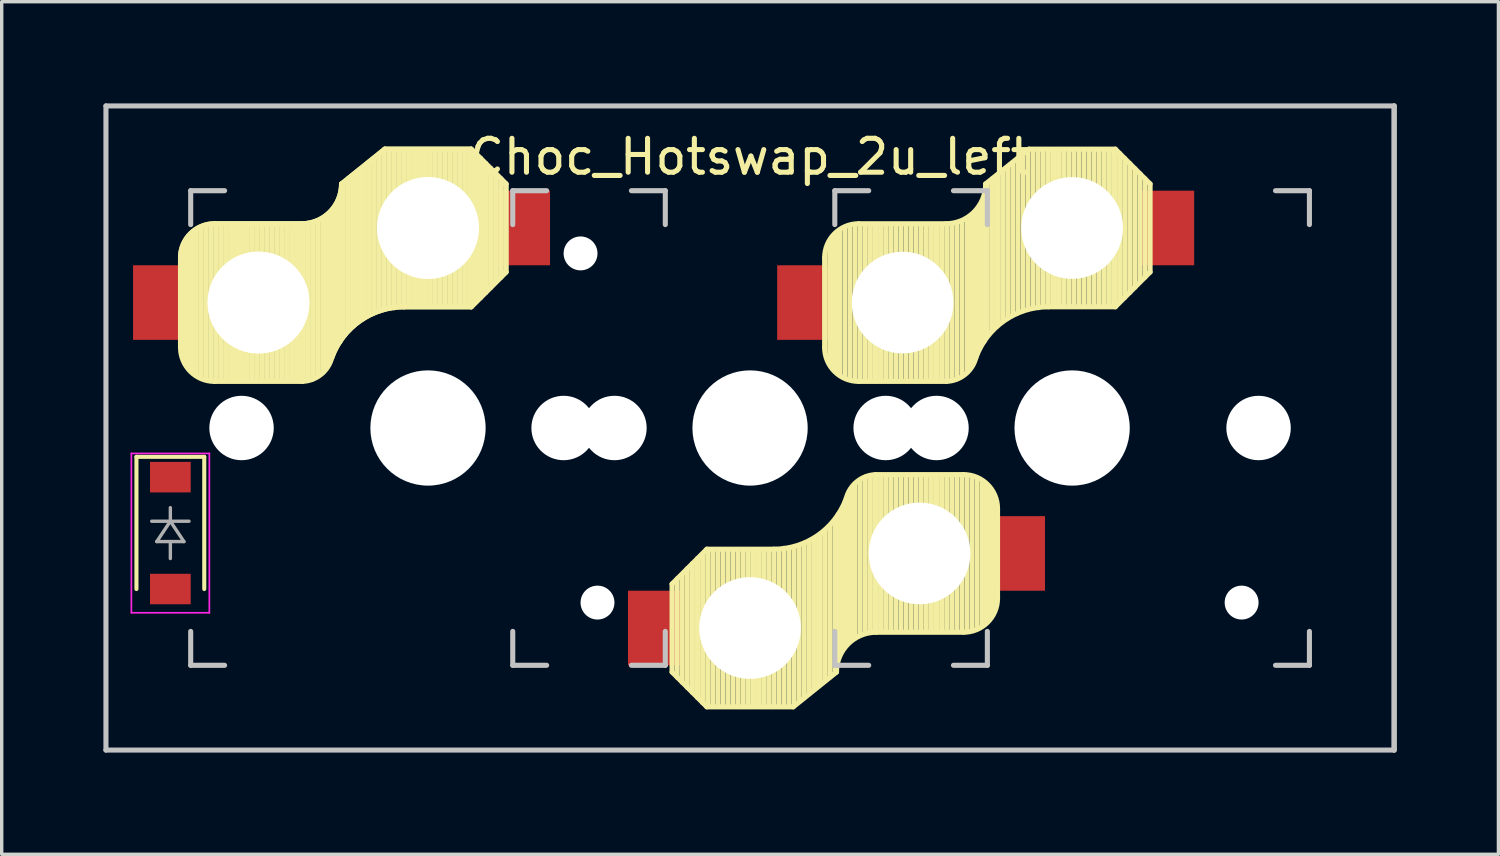
<source format=kicad_pcb>
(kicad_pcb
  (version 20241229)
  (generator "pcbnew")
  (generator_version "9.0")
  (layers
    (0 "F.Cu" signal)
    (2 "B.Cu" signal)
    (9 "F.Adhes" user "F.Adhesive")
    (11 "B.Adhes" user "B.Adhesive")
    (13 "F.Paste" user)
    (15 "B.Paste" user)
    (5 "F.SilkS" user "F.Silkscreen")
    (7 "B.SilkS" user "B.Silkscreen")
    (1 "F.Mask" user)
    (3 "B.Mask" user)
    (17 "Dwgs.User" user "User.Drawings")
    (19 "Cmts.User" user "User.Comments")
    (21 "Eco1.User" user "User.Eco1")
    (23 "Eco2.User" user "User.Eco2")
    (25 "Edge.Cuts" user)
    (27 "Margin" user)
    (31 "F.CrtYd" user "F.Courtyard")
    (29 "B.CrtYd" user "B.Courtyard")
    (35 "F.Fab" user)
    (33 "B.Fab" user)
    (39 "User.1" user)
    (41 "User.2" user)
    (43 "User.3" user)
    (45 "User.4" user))
  (footprint "Choc_Hotswap_2u_left"
    (layer "F.Cu")
    (at 19.075 9.575)
    (property "Reference" "Choc_Hotswap_2u_left" (at 0 -8 180) (layer "F.SilkS") (effects (font (size 1 1) (thickness 0.15))))
    (attr through_hole)
    (fp_line (start -18.1 0.85) (end -18.1 4.75) (stroke (width 0.12) (type solid)) (layer "F.SilkS"))
    (fp_line (start -16.8 -5.025) (end -16.8 -2.375) (stroke (width 0.15) (type solid)) (layer "F.SilkS"))
    (fp_line (start -16.8 -5.025) (end -16.8 -2.375) (stroke (width 0.15) (type solid)) (layer "F.SilkS"))
    (fp_line (start -16.65 -1.95) (end -16.65 -5.5) (stroke (width 0.15) (type solid)) (layer "F.SilkS"))
    (fp_line (start -16.65 -1.95) (end -16.65 -5.5) (stroke (width 0.15) (type solid)) (layer "F.SilkS"))
    (fp_line (start -16.55 -1.8) (end -16.55 -5.55) (stroke (width 0.15) (type solid)) (layer "F.SilkS"))
    (fp_line (start -16.55 -1.8) (end -16.55 -5.55) (stroke (width 0.15) (type solid)) (layer "F.SilkS"))
    (fp_line (start -16.45 -1.7) (end -16.45 -5.65) (stroke (width 0.15) (type solid)) (layer "F.SilkS"))
    (fp_line (start -16.45 -1.7) (end -16.45 -5.65) (stroke (width 0.15) (type solid)) (layer "F.SilkS"))
    (fp_line (start -16.35 -1.6) (end -16.35 -5.8) (stroke (width 0.15) (type solid)) (layer "F.SilkS"))
    (fp_line (start -16.35 -1.6) (end -16.35 -5.8) (stroke (width 0.15) (type solid)) (layer "F.SilkS"))
    (fp_line (start -16.2 -1.5) (end -16.2 -5.9) (stroke (width 0.15) (type solid)) (layer "F.SilkS"))
    (fp_line (start -16.2 -1.5) (end -16.2 -5.9) (stroke (width 0.15) (type solid)) (layer "F.SilkS"))
    (fp_line (start -16.1 0.85) (end -18.1 0.85) (stroke (width 0.12) (type solid)) (layer "F.SilkS"))
    (fp_line (start -16.1 0.85) (end -16.1 4.75) (stroke (width 0.12) (type solid)) (layer "F.SilkS"))
    (fp_line (start -16.05 -1.45) (end -16.05 -5.95) (stroke (width 0.15) (type solid)) (layer "F.SilkS"))
    (fp_line (start -16.05 -1.45) (end -16.05 -5.95) (stroke (width 0.15) (type solid)) (layer "F.SilkS"))
    (fp_line (start -15.9 -1.4) (end -15.9 -5.95) (stroke (width 0.15) (type solid)) (layer "F.SilkS"))
    (fp_line (start -15.9 -1.4) (end -15.9 -5.95) (stroke (width 0.15) (type solid)) (layer "F.SilkS"))
    (fp_line (start -15.8 -6.025) (end -13.225 -6.025) (stroke (width 0.15) (type solid)) (layer "F.SilkS"))
    (fp_line (start -15.8 -6.025) (end -13.225 -6.025) (stroke (width 0.15) (type solid)) (layer "F.SilkS"))
    (fp_line (start -15.8 -1.375) (end -13.2 -1.375) (stroke (width 0.15) (type solid)) (layer "F.SilkS"))
    (fp_line (start -15.75 -1.4) (end -15.75 -6) (stroke (width 0.15) (type solid)) (layer "F.SilkS"))
    (fp_line (start -15.75 -1.4) (end -15.75 -6) (stroke (width 0.15) (type solid)) (layer "F.SilkS"))
    (fp_line (start -15.6 -1.4) (end -15.6 -6) (stroke (width 0.15) (type solid)) (layer "F.SilkS"))
    (fp_line (start -15.6 -1.4) (end -15.6 -6) (stroke (width 0.15) (type solid)) (layer "F.SilkS"))
    (fp_line (start -15.45 -1.4) (end -15.45 -6) (stroke (width 0.15) (type solid)) (layer "F.SilkS"))
    (fp_line (start -15.45 -1.4) (end -15.45 -6) (stroke (width 0.15) (type solid)) (layer "F.SilkS"))
    (fp_line (start -15.3 -1.4) (end -15.3 -6) (stroke (width 0.15) (type solid)) (layer "F.SilkS"))
    (fp_line (start -15.3 -1.4) (end -15.3 -6) (stroke (width 0.15) (type solid)) (layer "F.SilkS"))
    (fp_line (start -15.15 -1.4) (end -15.15 -6) (stroke (width 0.15) (type solid)) (layer "F.SilkS"))
    (fp_line (start -15.15 -1.4) (end -15.15 -6) (stroke (width 0.15) (type solid)) (layer "F.SilkS"))
    (fp_line (start -15 -1.4) (end -15 -6) (stroke (width 0.15) (type solid)) (layer "F.SilkS"))
    (fp_line (start -15 -1.4) (end -15 -6) (stroke (width 0.15) (type solid)) (layer "F.SilkS"))
    (fp_line (start -14.85 -1.4) (end -14.85 -6) (stroke (width 0.15) (type solid)) (layer "F.SilkS"))
    (fp_line (start -14.85 -1.4) (end -14.85 -6) (stroke (width 0.15) (type solid)) (layer "F.SilkS"))
    (fp_line (start -14.7 -1.4) (end -14.7 -6) (stroke (width 0.15) (type solid)) (layer "F.SilkS"))
    (fp_line (start -14.7 -1.4) (end -14.7 -6) (stroke (width 0.15) (type solid)) (layer "F.SilkS"))
    (fp_line (start -14.55 -1.4) (end -14.55 -6) (stroke (width 0.15) (type solid)) (layer "F.SilkS"))
    (fp_line (start -14.55 -1.4) (end -14.55 -6) (stroke (width 0.15) (type solid)) (layer "F.SilkS"))
    (fp_line (start -14.4 -1.4) (end -14.4 -6) (stroke (width 0.15) (type solid)) (layer "F.SilkS"))
    (fp_line (start -14.4 -1.4) (end -14.4 -6) (stroke (width 0.15) (type solid)) (layer "F.SilkS"))
    (fp_line (start -14.25 -1.4) (end -14.25 -6) (stroke (width 0.15) (type solid)) (layer "F.SilkS"))
    (fp_line (start -14.25 -1.4) (end -14.25 -6) (stroke (width 0.15) (type solid)) (layer "F.SilkS"))
    (fp_line (start -14.1 -1.4) (end -14.1 -6) (stroke (width 0.15) (type solid)) (layer "F.SilkS"))
    (fp_line (start -14.1 -1.4) (end -14.1 -6) (stroke (width 0.15) (type solid)) (layer "F.SilkS"))
    (fp_line (start -13.95 -1.4) (end -13.95 -6) (stroke (width 0.15) (type solid)) (layer "F.SilkS"))
    (fp_line (start -13.95 -1.4) (end -13.95 -6) (stroke (width 0.15) (type solid)) (layer "F.SilkS"))
    (fp_line (start -13.8 -1.4) (end -13.8 -6) (stroke (width 0.15) (type solid)) (layer "F.SilkS"))
    (fp_line (start -13.8 -1.4) (end -13.8 -6) (stroke (width 0.15) (type solid)) (layer "F.SilkS"))
    (fp_line (start -13.65 -1.4) (end -13.65 -6) (stroke (width 0.15) (type solid)) (layer "F.SilkS"))
    (fp_line (start -13.65 -1.4) (end -13.65 -6) (stroke (width 0.15) (type solid)) (layer "F.SilkS"))
    (fp_line (start -13.5 -1.4) (end -13.5 -6) (stroke (width 0.15) (type solid)) (layer "F.SilkS"))
    (fp_line (start -13.5 -1.4) (end -13.5 -6) (stroke (width 0.15) (type solid)) (layer "F.SilkS"))
    (fp_line (start -13.35 -1.4) (end -13.35 -5.95) (stroke (width 0.15) (type solid)) (layer "F.SilkS"))
    (fp_line (start -13.35 -1.4) (end -13.35 -5.95) (stroke (width 0.15) (type solid)) (layer "F.SilkS"))
    (fp_line (start -13.2 -1.4) (end -13.2 -6) (stroke (width 0.15) (type solid)) (layer "F.SilkS"))
    (fp_line (start -13.2 -1.4) (end -13.2 -6) (stroke (width 0.15) (type solid)) (layer "F.SilkS"))
    (fp_line (start -13.05 -1.4) (end -13.05 -6) (stroke (width 0.15) (type solid)) (layer "F.SilkS"))
    (fp_line (start -13.05 -1.4) (end -13.05 -6) (stroke (width 0.15) (type solid)) (layer "F.SilkS"))
    (fp_line (start -12.9 -1.45) (end -12.9 -6) (stroke (width 0.15) (type solid)) (layer "F.SilkS"))
    (fp_line (start -12.9 -1.45) (end -12.9 -6) (stroke (width 0.15) (type solid)) (layer "F.SilkS"))
    (fp_line (start -12.75 -1.55) (end -12.75 -6.1) (stroke (width 0.15) (type solid)) (layer "F.SilkS"))
    (fp_line (start -12.75 -1.55) (end -12.75 -6.1) (stroke (width 0.15) (type solid)) (layer "F.SilkS"))
    (fp_line (start -12.6 -1.65) (end -12.6 -6.15) (stroke (width 0.15) (type solid)) (layer "F.SilkS"))
    (fp_line (start -12.6 -1.65) (end -12.6 -6.15) (stroke (width 0.15) (type solid)) (layer "F.SilkS"))
    (fp_line (start -12.5 -1.8) (end -12.5 -6.2) (stroke (width 0.15) (type solid)) (layer "F.SilkS"))
    (fp_line (start -12.5 -1.8) (end -12.5 -6.2) (stroke (width 0.15) (type solid)) (layer "F.SilkS"))
    (fp_line (start -12.4 -2.05) (end -12.4 -6.25) (stroke (width 0.15) (type solid)) (layer "F.SilkS"))
    (fp_line (start -12.4 -2.05) (end -12.4 -6.25) (stroke (width 0.15) (type solid)) (layer "F.SilkS"))
    (fp_line (start -12.3 -2.2) (end -12.3 -6.35) (stroke (width 0.15) (type solid)) (layer "F.SilkS"))
    (fp_line (start -12.3 -2.2) (end -12.3 -6.35) (stroke (width 0.15) (type solid)) (layer "F.SilkS"))
    (fp_line (start -12.2 -2.4) (end -12.2 -6.55) (stroke (width 0.15) (type solid)) (layer "F.SilkS"))
    (fp_line (start -12.2 -2.4) (end -12.2 -6.55) (stroke (width 0.15) (type solid)) (layer "F.SilkS"))
    (fp_line (start -12.1 -2.55) (end -12.1 -6.7) (stroke (width 0.15) (type solid)) (layer "F.SilkS"))
    (fp_line (start -12.1 -2.55) (end -12.1 -6.7) (stroke (width 0.15) (type solid)) (layer "F.SilkS"))
    (fp_line (start -12 -2.75) (end -12 -7.2) (stroke (width 0.15) (type solid)) (layer "F.SilkS"))
    (fp_line (start -12 -2.75) (end -12 -7.2) (stroke (width 0.15) (type solid)) (layer "F.SilkS"))
    (fp_line (start -11.85 -2.9) (end -11.85 -7.35) (stroke (width 0.15) (type solid)) (layer "F.SilkS"))
    (fp_line (start -11.85 -2.9) (end -11.85 -7.35) (stroke (width 0.15) (type solid)) (layer "F.SilkS"))
    (fp_line (start -11.7 -3.05) (end -11.7 -7.45) (stroke (width 0.15) (type solid)) (layer "F.SilkS"))
    (fp_line (start -11.7 -3.05) (end -11.7 -7.45) (stroke (width 0.15) (type solid)) (layer "F.SilkS"))
    (fp_line (start -11.55 -3.15) (end -11.55 -7.55) (stroke (width 0.15) (type solid)) (layer "F.SilkS"))
    (fp_line (start -11.55 -3.15) (end -11.55 -7.55) (stroke (width 0.15) (type solid)) (layer "F.SilkS"))
    (fp_line (start -11.4 -3.25) (end -11.4 -7.7) (stroke (width 0.15) (type solid)) (layer "F.SilkS"))
    (fp_line (start -11.4 -3.25) (end -11.4 -7.7) (stroke (width 0.15) (type solid)) (layer "F.SilkS"))
    (fp_line (start -11.25 -3.35) (end -11.25 -7.8) (stroke (width 0.15) (type solid)) (layer "F.SilkS"))
    (fp_line (start -11.25 -3.35) (end -11.25 -7.8) (stroke (width 0.15) (type solid)) (layer "F.SilkS"))
    (fp_line (start -11.1 -3.4) (end -11.1 -7.95) (stroke (width 0.15) (type solid)) (layer "F.SilkS"))
    (fp_line (start -11.1 -3.4) (end -11.1 -7.95) (stroke (width 0.15) (type solid)) (layer "F.SilkS"))
    (fp_line (start -10.95 -3.5) (end -10.95 -8.05) (stroke (width 0.15) (type solid)) (layer "F.SilkS"))
    (fp_line (start -10.95 -3.5) (end -10.95 -8.05) (stroke (width 0.15) (type solid)) (layer "F.SilkS"))
    (fp_line (start -10.8 -3.55) (end -10.8 -8.15) (stroke (width 0.15) (type solid)) (layer "F.SilkS"))
    (fp_line (start -10.8 -3.55) (end -10.8 -8.15) (stroke (width 0.15) (type solid)) (layer "F.SilkS"))
    (fp_line (start -10.775 -8.225) (end -12.05 -7.2) (stroke (width 0.15) (type solid)) (layer "F.SilkS"))
    (fp_line (start -10.775 -8.225) (end -12.05 -7.2) (stroke (width 0.15) (type solid)) (layer "F.SilkS"))
    (fp_line (start -10.775 -8.225) (end -8.225 -8.225) (stroke (width 0.15) (type solid)) (layer "F.SilkS"))
    (fp_line (start -10.775 -8.225) (end -8.225 -8.225) (stroke (width 0.15) (type solid)) (layer "F.SilkS"))
    (fp_line (start -10.65 -3.55) (end -10.65 -8.2) (stroke (width 0.15) (type solid)) (layer "F.SilkS"))
    (fp_line (start -10.65 -3.55) (end -10.65 -8.2) (stroke (width 0.15) (type solid)) (layer "F.SilkS"))
    (fp_line (start -10.5 -3.55) (end -10.5 -8.2) (stroke (width 0.15) (type solid)) (layer "F.SilkS"))
    (fp_line (start -10.5 -3.55) (end -10.5 -8.2) (stroke (width 0.15) (type solid)) (layer "F.SilkS"))
    (fp_line (start -10.35 -3.6) (end -10.35 -8.15) (stroke (width 0.15) (type solid)) (layer "F.SilkS"))
    (fp_line (start -10.35 -3.6) (end -10.35 -8.15) (stroke (width 0.15) (type solid)) (layer "F.SilkS"))
    (fp_line (start -10.2 -3.6) (end -10.2 -8.2) (stroke (width 0.15) (type solid)) (layer "F.SilkS"))
    (fp_line (start -10.2 -3.6) (end -10.2 -8.2) (stroke (width 0.15) (type solid)) (layer "F.SilkS"))
    (fp_line (start -10.2 -3.575) (end -8.225 -3.575) (stroke (width 0.15) (type solid)) (layer "F.SilkS"))
    (fp_line (start -10.2 -3.575) (end -8.225 -3.575) (stroke (width 0.15) (type solid)) (layer "F.SilkS"))
    (fp_line (start -10.05 -3.6) (end -10.05 -8.2) (stroke (width 0.15) (type solid)) (layer "F.SilkS"))
    (fp_line (start -10.05 -3.6) (end -10.05 -8.2) (stroke (width 0.15) (type solid)) (layer "F.SilkS"))
    (fp_line (start -9.9 -3.6) (end -9.9 -8.2) (stroke (width 0.15) (type solid)) (layer "F.SilkS"))
    (fp_line (start -9.9 -3.6) (end -9.9 -8.2) (stroke (width 0.15) (type solid)) (layer "F.SilkS"))
    (fp_line (start -9.75 -3.6) (end -9.75 -8.2) (stroke (width 0.15) (type solid)) (layer "F.SilkS"))
    (fp_line (start -9.75 -3.6) (end -9.75 -8.2) (stroke (width 0.15) (type solid)) (layer "F.SilkS"))
    (fp_line (start -9.6 -3.6) (end -9.6 -8.2) (stroke (width 0.15) (type solid)) (layer "F.SilkS"))
    (fp_line (start -9.6 -3.6) (end -9.6 -8.2) (stroke (width 0.15) (type solid)) (layer "F.SilkS"))
    (fp_line (start -9.45 -3.6) (end -9.45 -8.2) (stroke (width 0.15) (type solid)) (layer "F.SilkS"))
    (fp_line (start -9.45 -3.6) (end -9.45 -8.2) (stroke (width 0.15) (type solid)) (layer "F.SilkS"))
    (fp_line (start -9.3 -3.6) (end -9.3 -8.2) (stroke (width 0.15) (type solid)) (layer "F.SilkS"))
    (fp_line (start -9.3 -3.6) (end -9.3 -8.2) (stroke (width 0.15) (type solid)) (layer "F.SilkS"))
    (fp_line (start -9.15 -3.6) (end -9.15 -8.2) (stroke (width 0.15) (type solid)) (layer "F.SilkS"))
    (fp_line (start -9.15 -3.6) (end -9.15 -8.2) (stroke (width 0.15) (type solid)) (layer "F.SilkS"))
    (fp_line (start -9 -3.6) (end -9 -8.2) (stroke (width 0.15) (type solid)) (layer "F.SilkS"))
    (fp_line (start -9 -3.6) (end -9 -8.2) (stroke (width 0.15) (type solid)) (layer "F.SilkS"))
    (fp_line (start -8.85 -3.6) (end -8.85 -8.2) (stroke (width 0.15) (type solid)) (layer "F.SilkS"))
    (fp_line (start -8.85 -3.6) (end -8.85 -8.2) (stroke (width 0.15) (type solid)) (layer "F.SilkS"))
    (fp_line (start -8.7 -3.6) (end -8.7 -8.2) (stroke (width 0.15) (type solid)) (layer "F.SilkS"))
    (fp_line (start -8.7 -3.6) (end -8.7 -8.2) (stroke (width 0.15) (type solid)) (layer "F.SilkS"))
    (fp_line (start -8.55 -3.6) (end -8.55 -8.2) (stroke (width 0.15) (type solid)) (layer "F.SilkS"))
    (fp_line (start -8.55 -3.6) (end -8.55 -8.2) (stroke (width 0.15) (type solid)) (layer "F.SilkS"))
    (fp_line (start -8.4 -3.6) (end -8.4 -8.2) (stroke (width 0.15) (type solid)) (layer "F.SilkS"))
    (fp_line (start -8.4 -3.6) (end -8.4 -8.2) (stroke (width 0.15) (type solid)) (layer "F.SilkS"))
    (fp_line (start -8.25 -3.6) (end -8.25 -8.2) (stroke (width 0.15) (type solid)) (layer "F.SilkS"))
    (fp_line (start -8.25 -3.6) (end -8.25 -8.2) (stroke (width 0.15) (type solid)) (layer "F.SilkS"))
    (fp_line (start -8.1 -3.75) (end -8.1 -8.1) (stroke (width 0.15) (type solid)) (layer "F.SilkS"))
    (fp_line (start -8.1 -3.75) (end -8.1 -8.1) (stroke (width 0.15) (type solid)) (layer "F.SilkS"))
    (fp_line (start -7.95 -3.85) (end -7.95 -7.95) (stroke (width 0.15) (type solid)) (layer "F.SilkS"))
    (fp_line (start -7.95 -3.85) (end -7.95 -7.95) (stroke (width 0.15) (type solid)) (layer "F.SilkS"))
    (fp_line (start -7.8 -4) (end -7.8 -7.8) (stroke (width 0.15) (type solid)) (layer "F.SilkS"))
    (fp_line (start -7.8 -4) (end -7.8 -7.8) (stroke (width 0.15) (type solid)) (layer "F.SilkS"))
    (fp_line (start -7.65 -4.15) (end -7.65 -7.65) (stroke (width 0.15) (type solid)) (layer "F.SilkS"))
    (fp_line (start -7.65 -4.15) (end -7.65 -7.65) (stroke (width 0.15) (type solid)) (layer "F.SilkS"))
    (fp_line (start -7.5 -4.35) (end -7.5 -7.5) (stroke (width 0.15) (type solid)) (layer "F.SilkS"))
    (fp_line (start -7.5 -4.35) (end -7.5 -7.5) (stroke (width 0.15) (type solid)) (layer "F.SilkS"))
    (fp_line (start -7.35 -4.45) (end -7.35 -7.35) (stroke (width 0.15) (type solid)) (layer "F.SilkS"))
    (fp_line (start -7.35 -4.45) (end -7.35 -7.35) (stroke (width 0.15) (type solid)) (layer "F.SilkS"))
    (fp_line (start -7.2 -7.2) (end -8.225 -8.225) (stroke (width 0.15) (type solid)) (layer "F.SilkS"))
    (fp_line (start -7.2 -7.2) (end -8.225 -8.225) (stroke (width 0.15) (type solid)) (layer "F.SilkS"))
    (fp_line (start -7.2 -7.2) (end -7.2 -4.6) (stroke (width 0.15) (type solid)) (layer "F.SilkS"))
    (fp_line (start -7.2 -7.2) (end -7.2 -4.6) (stroke (width 0.15) (type solid)) (layer "F.SilkS"))
    (fp_line (start -7.2 -4.6) (end -8.225 -3.575) (stroke (width 0.15) (type solid)) (layer "F.SilkS"))
    (fp_line (start -7.2 -4.6) (end -8.225 -3.575) (stroke (width 0.15) (type solid)) (layer "F.SilkS"))
    (fp_line (start -2.3 4.6) (end -1.275 3.575) (stroke (width 0.15) (type solid)) (layer "F.SilkS"))
    (fp_line (start -2.3 7.2) (end -2.3 4.6) (stroke (width 0.15) (type solid)) (layer "F.SilkS"))
    (fp_line (start -2.3 7.2) (end -1.275 8.225) (stroke (width 0.15) (type solid)) (layer "F.SilkS"))
    (fp_line (start -2.15 4.45) (end -2.15 7.35) (stroke (width 0.15) (type solid)) (layer "F.SilkS"))
    (fp_line (start -2 4.35) (end -2 7.5) (stroke (width 0.15) (type solid)) (layer "F.SilkS"))
    (fp_line (start -1.85 4.15) (end -1.85 7.65) (stroke (width 0.15) (type solid)) (layer "F.SilkS"))
    (fp_line (start -1.7 4) (end -1.7 7.8) (stroke (width 0.15) (type solid)) (layer "F.SilkS"))
    (fp_line (start -1.55 3.85) (end -1.55 7.95) (stroke (width 0.15) (type solid)) (layer "F.SilkS"))
    (fp_line (start -1.4 3.75) (end -1.4 8.1) (stroke (width 0.15) (type solid)) (layer "F.SilkS"))
    (fp_line (start -1.25 3.6) (end -1.25 8.2) (stroke (width 0.15) (type solid)) (layer "F.SilkS"))
    (fp_line (start -1.1 3.6) (end -1.1 8.2) (stroke (width 0.15) (type solid)) (layer "F.SilkS"))
    (fp_line (start -0.95 3.6) (end -0.95 8.2) (stroke (width 0.15) (type solid)) (layer "F.SilkS"))
    (fp_line (start -0.8 3.6) (end -0.8 8.2) (stroke (width 0.15) (type solid)) (layer "F.SilkS"))
    (fp_line (start -0.65 3.6) (end -0.65 8.2) (stroke (width 0.15) (type solid)) (layer "F.SilkS"))
    (fp_line (start -0.5 3.6) (end -0.5 8.2) (stroke (width 0.15) (type solid)) (layer "F.SilkS"))
    (fp_line (start -0.35 3.6) (end -0.35 8.2) (stroke (width 0.15) (type solid)) (layer "F.SilkS"))
    (fp_line (start -0.2 3.6) (end -0.2 8.2) (stroke (width 0.15) (type solid)) (layer "F.SilkS"))
    (fp_line (start -0.05 3.6) (end -0.05 8.2) (stroke (width 0.15) (type solid)) (layer "F.SilkS"))
    (fp_line (start 0.1 3.6) (end 0.1 8.2) (stroke (width 0.15) (type solid)) (layer "F.SilkS"))
    (fp_line (start 0.25 3.6) (end 0.25 8.2) (stroke (width 0.15) (type solid)) (layer "F.SilkS"))
    (fp_line (start 0.4 3.6) (end 0.4 8.2) (stroke (width 0.15) (type solid)) (layer "F.SilkS"))
    (fp_line (start 0.55 3.6) (end 0.55 8.2) (stroke (width 0.15) (type solid)) (layer "F.SilkS"))
    (fp_line (start 0.7 3.575) (end -1.275 3.575) (stroke (width 0.15) (type solid)) (layer "F.SilkS"))
    (fp_line (start 0.7 3.6) (end 0.7 8.2) (stroke (width 0.15) (type solid)) (layer "F.SilkS"))
    (fp_line (start 0.85 3.6) (end 0.85 8.15) (stroke (width 0.15) (type solid)) (layer "F.SilkS"))
    (fp_line (start 1 3.55) (end 1 8.2) (stroke (width 0.15) (type solid)) (layer "F.SilkS"))
    (fp_line (start 1.15 3.55) (end 1.15 8.2) (stroke (width 0.15) (type solid)) (layer "F.SilkS"))
    (fp_line (start 1.275 8.225) (end -1.275 8.225) (stroke (width 0.15) (type solid)) (layer "F.SilkS"))
    (fp_line (start 1.275 8.225) (end 2.55 7.2) (stroke (width 0.15) (type solid)) (layer "F.SilkS"))
    (fp_line (start 1.3 3.55) (end 1.3 8.15) (stroke (width 0.15) (type solid)) (layer "F.SilkS"))
    (fp_line (start 1.45 3.5) (end 1.45 8.05) (stroke (width 0.15) (type solid)) (layer "F.SilkS"))
    (fp_line (start 1.6 3.4) (end 1.6 7.95) (stroke (width 0.15) (type solid)) (layer "F.SilkS"))
    (fp_line (start 1.75 3.35) (end 1.75 7.8) (stroke (width 0.15) (type solid)) (layer "F.SilkS"))
    (fp_line (start 1.9 3.25) (end 1.9 7.7) (stroke (width 0.15) (type solid)) (layer "F.SilkS"))
    (fp_line (start 2.05 3.15) (end 2.05 7.55) (stroke (width 0.15) (type solid)) (layer "F.SilkS"))
    (fp_line (start 2.2 -5.025) (end 2.2 -2.375) (stroke (width 0.15) (type solid)) (layer "F.SilkS"))
    (fp_line (start 2.2 3.05) (end 2.2 7.45) (stroke (width 0.15) (type solid)) (layer "F.SilkS"))
    (fp_line (start 2.35 -1.95) (end 2.35 -5.5) (stroke (width 0.15) (type solid)) (layer "F.SilkS"))
    (fp_line (start 2.35 2.9) (end 2.35 7.35) (stroke (width 0.15) (type solid)) (layer "F.SilkS"))
    (fp_line (start 2.45 -1.8) (end 2.45 -5.55) (stroke (width 0.15) (type solid)) (layer "F.SilkS"))
    (fp_line (start 2.5 2.75) (end 2.5 7.2) (stroke (width 0.15) (type solid)) (layer "F.SilkS"))
    (fp_line (start 2.55 -1.7) (end 2.55 -5.65) (stroke (width 0.15) (type solid)) (layer "F.SilkS"))
    (fp_line (start 2.6 2.55) (end 2.6 6.7) (stroke (width 0.15) (type solid)) (layer "F.SilkS"))
    (fp_line (start 2.65 -1.6) (end 2.65 -5.8) (stroke (width 0.15) (type solid)) (layer "F.SilkS"))
    (fp_line (start 2.7 2.4) (end 2.7 6.55) (stroke (width 0.15) (type solid)) (layer "F.SilkS"))
    (fp_line (start 2.8 -1.5) (end 2.8 -5.9) (stroke (width 0.15) (type solid)) (layer "F.SilkS"))
    (fp_line (start 2.8 2.2) (end 2.8 6.35) (stroke (width 0.15) (type solid)) (layer "F.SilkS"))
    (fp_line (start 2.9 2.05) (end 2.9 6.25) (stroke (width 0.15) (type solid)) (layer "F.SilkS"))
    (fp_line (start 2.95 -1.45) (end 2.95 -5.95) (stroke (width 0.15) (type solid)) (layer "F.SilkS"))
    (fp_line (start 3 1.8) (end 3 6.2) (stroke (width 0.15) (type solid)) (layer "F.SilkS"))
    (fp_line (start 3.1 -1.4) (end 3.1 -5.95) (stroke (width 0.15) (type solid)) (layer "F.SilkS"))
    (fp_line (start 3.1 1.65) (end 3.1 6.15) (stroke (width 0.15) (type solid)) (layer "F.SilkS"))
    (fp_line (start 3.2 -6.025) (end 5.775 -6.025) (stroke (width 0.15) (type solid)) (layer "F.SilkS"))
    (fp_line (start 3.2 -1.375) (end 5.8 -1.375) (stroke (width 0.15) (type solid)) (layer "F.SilkS"))
    (fp_line (start 3.25 -1.4) (end 3.25 -6) (stroke (width 0.15) (type solid)) (layer "F.SilkS"))
    (fp_line (start 3.25 1.55) (end 3.25 6.1) (stroke (width 0.15) (type solid)) (layer "F.SilkS"))
    (fp_line (start 3.4 -1.4) (end 3.4 -6) (stroke (width 0.15) (type solid)) (layer "F.SilkS"))
    (fp_line (start 3.4 1.45) (end 3.4 6) (stroke (width 0.15) (type solid)) (layer "F.SilkS"))
    (fp_line (start 3.55 -1.4) (end 3.55 -6) (stroke (width 0.15) (type solid)) (layer "F.SilkS"))
    (fp_line (start 3.55 1.4) (end 3.55 6) (stroke (width 0.15) (type solid)) (layer "F.SilkS"))
    (fp_line (start 3.7 -1.4) (end 3.7 -6) (stroke (width 0.15) (type solid)) (layer "F.SilkS"))
    (fp_line (start 3.7 1.4) (end 3.7 6) (stroke (width 0.15) (type solid)) (layer "F.SilkS"))
    (fp_line (start 3.85 -1.4) (end 3.85 -6) (stroke (width 0.15) (type solid)) (layer "F.SilkS"))
    (fp_line (start 3.85 1.4) (end 3.85 5.95) (stroke (width 0.15) (type solid)) (layer "F.SilkS"))
    (fp_line (start 4 -1.4) (end 4 -6) (stroke (width 0.15) (type solid)) (layer "F.SilkS"))
    (fp_line (start 4 1.4) (end 4 6) (stroke (width 0.15) (type solid)) (layer "F.SilkS"))
    (fp_line (start 4.15 -1.4) (end 4.15 -6) (stroke (width 0.15) (type solid)) (layer "F.SilkS"))
    (fp_line (start 4.15 1.4) (end 4.15 6) (stroke (width 0.15) (type solid)) (layer "F.SilkS"))
    (fp_line (start 4.3 -1.4) (end 4.3 -6) (stroke (width 0.15) (type solid)) (layer "F.SilkS"))
    (fp_line (start 4.3 1.4) (end 4.3 6) (stroke (width 0.15) (type solid)) (layer "F.SilkS"))
    (fp_line (start 4.45 -1.4) (end 4.45 -6) (stroke (width 0.15) (type solid)) (layer "F.SilkS"))
    (fp_line (start 4.45 1.4) (end 4.45 6) (stroke (width 0.15) (type solid)) (layer "F.SilkS"))
    (fp_line (start 4.6 -1.4) (end 4.6 -6) (stroke (width 0.15) (type solid)) (layer "F.SilkS"))
    (fp_line (start 4.6 1.4) (end 4.6 6) (stroke (width 0.15) (type solid)) (layer "F.SilkS"))
    (fp_line (start 4.75 -1.4) (end 4.75 -6) (stroke (width 0.15) (type solid)) (layer "F.SilkS"))
    (fp_line (start 4.75 1.4) (end 4.75 6) (stroke (width 0.15) (type solid)) (layer "F.SilkS"))
    (fp_line (start 4.9 -1.4) (end 4.9 -6) (stroke (width 0.15) (type solid)) (layer "F.SilkS"))
    (fp_line (start 4.9 1.4) (end 4.9 6) (stroke (width 0.15) (type solid)) (layer "F.SilkS"))
    (fp_line (start 5.05 -1.4) (end 5.05 -6) (stroke (width 0.15) (type solid)) (layer "F.SilkS"))
    (fp_line (start 5.05 1.4) (end 5.05 6) (stroke (width 0.15) (type solid)) (layer "F.SilkS"))
    (fp_line (start 5.2 -1.4) (end 5.2 -6) (stroke (width 0.15) (type solid)) (layer "F.SilkS"))
    (fp_line (start 5.2 1.4) (end 5.2 6) (stroke (width 0.15) (type solid)) (layer "F.SilkS"))
    (fp_line (start 5.35 -1.4) (end 5.35 -6) (stroke (width 0.15) (type solid)) (layer "F.SilkS"))
    (fp_line (start 5.35 1.4) (end 5.35 6) (stroke (width 0.15) (type solid)) (layer "F.SilkS"))
    (fp_line (start 5.5 -1.4) (end 5.5 -6) (stroke (width 0.15) (type solid)) (layer "F.SilkS"))
    (fp_line (start 5.5 1.4) (end 5.5 6) (stroke (width 0.15) (type solid)) (layer "F.SilkS"))
    (fp_line (start 5.65 -1.4) (end 5.65 -5.95) (stroke (width 0.15) (type solid)) (layer "F.SilkS"))
    (fp_line (start 5.65 1.4) (end 5.65 6) (stroke (width 0.15) (type solid)) (layer "F.SilkS"))
    (fp_line (start 5.8 -1.4) (end 5.8 -6) (stroke (width 0.15) (type solid)) (layer "F.SilkS"))
    (fp_line (start 5.8 1.4) (end 5.8 6) (stroke (width 0.15) (type solid)) (layer "F.SilkS"))
    (fp_line (start 5.95 -1.4) (end 5.95 -6) (stroke (width 0.15) (type solid)) (layer "F.SilkS"))
    (fp_line (start 5.95 1.4) (end 5.95 6) (stroke (width 0.15) (type solid)) (layer "F.SilkS"))
    (fp_line (start 6.1 -1.45) (end 6.1 -6) (stroke (width 0.15) (type solid)) (layer "F.SilkS"))
    (fp_line (start 6.1 1.4) (end 6.1 6) (stroke (width 0.15) (type solid)) (layer "F.SilkS"))
    (fp_line (start 6.25 -1.55) (end 6.25 -6.1) (stroke (width 0.15) (type solid)) (layer "F.SilkS"))
    (fp_line (start 6.25 1.4) (end 6.25 6) (stroke (width 0.15) (type solid)) (layer "F.SilkS"))
    (fp_line (start 6.3 1.375) (end 3.7 1.375) (stroke (width 0.15) (type solid)) (layer "F.SilkS"))
    (fp_line (start 6.3 6.025) (end 3.725 6.025) (stroke (width 0.15) (type solid)) (layer "F.SilkS"))
    (fp_line (start 6.4 -1.65) (end 6.4 -6.15) (stroke (width 0.15) (type solid)) (layer "F.SilkS"))
    (fp_line (start 6.4 1.4) (end 6.4 5.95) (stroke (width 0.15) (type solid)) (layer "F.SilkS"))
    (fp_line (start 6.5 -1.8) (end 6.5 -6.2) (stroke (width 0.15) (type solid)) (layer "F.SilkS"))
    (fp_line (start 6.55 1.45) (end 6.55 5.95) (stroke (width 0.15) (type solid)) (layer "F.SilkS"))
    (fp_line (start 6.6 -2.05) (end 6.6 -6.25) (stroke (width 0.15) (type solid)) (layer "F.SilkS"))
    (fp_line (start 6.7 -2.2) (end 6.7 -6.35) (stroke (width 0.15) (type solid)) (layer "F.SilkS"))
    (fp_line (start 6.7 1.5) (end 6.7 5.9) (stroke (width 0.15) (type solid)) (layer "F.SilkS"))
    (fp_line (start 6.8 -2.4) (end 6.8 -6.55) (stroke (width 0.15) (type solid)) (layer "F.SilkS"))
    (fp_line (start 6.85 1.6) (end 6.85 5.8) (stroke (width 0.15) (type solid)) (layer "F.SilkS"))
    (fp_line (start 6.9 -2.55) (end 6.9 -6.7) (stroke (width 0.15) (type solid)) (layer "F.SilkS"))
    (fp_line (start 6.95 1.7) (end 6.95 5.65) (stroke (width 0.15) (type solid)) (layer "F.SilkS"))
    (fp_line (start 7 -2.75) (end 7 -7.2) (stroke (width 0.15) (type solid)) (layer "F.SilkS"))
    (fp_line (start 7.05 1.8) (end 7.05 5.55) (stroke (width 0.15) (type solid)) (layer "F.SilkS"))
    (fp_line (start 7.15 -2.9) (end 7.15 -7.35) (stroke (width 0.15) (type solid)) (layer "F.SilkS"))
    (fp_line (start 7.15 1.95) (end 7.15 5.5) (stroke (width 0.15) (type solid)) (layer "F.SilkS"))
    (fp_line (start 7.3 -3.05) (end 7.3 -7.45) (stroke (width 0.15) (type solid)) (layer "F.SilkS"))
    (fp_line (start 7.3 5.025) (end 7.3 2.375) (stroke (width 0.15) (type solid)) (layer "F.SilkS"))
    (fp_line (start 7.45 -3.15) (end 7.45 -7.55) (stroke (width 0.15) (type solid)) (layer "F.SilkS"))
    (fp_line (start 7.6 -3.25) (end 7.6 -7.7) (stroke (width 0.15) (type solid)) (layer "F.SilkS"))
    (fp_line (start 7.75 -3.35) (end 7.75 -7.8) (stroke (width 0.15) (type solid)) (layer "F.SilkS"))
    (fp_line (start 7.9 -3.4) (end 7.9 -7.95) (stroke (width 0.15) (type solid)) (layer "F.SilkS"))
    (fp_line (start 8.05 -3.5) (end 8.05 -8.05) (stroke (width 0.15) (type solid)) (layer "F.SilkS"))
    (fp_line (start 8.2 -3.55) (end 8.2 -8.15) (stroke (width 0.15) (type solid)) (layer "F.SilkS"))
    (fp_line (start 8.225 -8.225) (end 6.95 -7.2) (stroke (width 0.15) (type solid)) (layer "F.SilkS"))
    (fp_line (start 8.225 -8.225) (end 10.775 -8.225) (stroke (width 0.15) (type solid)) (layer "F.SilkS"))
    (fp_line (start 8.35 -3.55) (end 8.35 -8.2) (stroke (width 0.15) (type solid)) (layer "F.SilkS"))
    (fp_line (start 8.5 -3.55) (end 8.5 -8.2) (stroke (width 0.15) (type solid)) (layer "F.SilkS"))
    (fp_line (start 8.65 -3.6) (end 8.65 -8.15) (stroke (width 0.15) (type solid)) (layer "F.SilkS"))
    (fp_line (start 8.8 -3.6) (end 8.8 -8.2) (stroke (width 0.15) (type solid)) (layer "F.SilkS"))
    (fp_line (start 8.8 -3.575) (end 10.775 -3.575) (stroke (width 0.15) (type solid)) (layer "F.SilkS"))
    (fp_line (start 8.95 -3.6) (end 8.95 -8.2) (stroke (width 0.15) (type solid)) (layer "F.SilkS"))
    (fp_line (start 9.1 -3.6) (end 9.1 -8.2) (stroke (width 0.15) (type solid)) (layer "F.SilkS"))
    (fp_line (start 9.25 -3.6) (end 9.25 -8.2) (stroke (width 0.15) (type solid)) (layer "F.SilkS"))
    (fp_line (start 9.4 -3.6) (end 9.4 -8.2) (stroke (width 0.15) (type solid)) (layer "F.SilkS"))
    (fp_line (start 9.55 -3.6) (end 9.55 -8.2) (stroke (width 0.15) (type solid)) (layer "F.SilkS"))
    (fp_line (start 9.7 -3.6) (end 9.7 -8.2) (stroke (width 0.15) (type solid)) (layer "F.SilkS"))
    (fp_line (start 9.85 -3.6) (end 9.85 -8.2) (stroke (width 0.15) (type solid)) (layer "F.SilkS"))
    (fp_line (start 10 -3.6) (end 10 -8.2) (stroke (width 0.15) (type solid)) (layer "F.SilkS"))
    (fp_line (start 10.15 -3.6) (end 10.15 -8.2) (stroke (width 0.15) (type solid)) (layer "F.SilkS"))
    (fp_line (start 10.3 -3.6) (end 10.3 -8.2) (stroke (width 0.15) (type solid)) (layer "F.SilkS"))
    (fp_line (start 10.45 -3.6) (end 10.45 -8.2) (stroke (width 0.15) (type solid)) (layer "F.SilkS"))
    (fp_line (start 10.6 -3.6) (end 10.6 -8.2) (stroke (width 0.15) (type solid)) (layer "F.SilkS"))
    (fp_line (start 10.75 -3.6) (end 10.75 -8.2) (stroke (width 0.15) (type solid)) (layer "F.SilkS"))
    (fp_line (start 10.9 -3.75) (end 10.9 -8.1) (stroke (width 0.15) (type solid)) (layer "F.SilkS"))
    (fp_line (start 11.05 -3.85) (end 11.05 -7.95) (stroke (width 0.15) (type solid)) (layer "F.SilkS"))
    (fp_line (start 11.2 -4) (end 11.2 -7.8) (stroke (width 0.15) (type solid)) (layer "F.SilkS"))
    (fp_line (start 11.35 -4.15) (end 11.35 -7.65) (stroke (width 0.15) (type solid)) (layer "F.SilkS"))
    (fp_line (start 11.5 -4.35) (end 11.5 -7.5) (stroke (width 0.15) (type solid)) (layer "F.SilkS"))
    (fp_line (start 11.65 -4.45) (end 11.65 -7.35) (stroke (width 0.15) (type solid)) (layer "F.SilkS"))
    (fp_line (start 11.8 -7.2) (end 10.775 -8.225) (stroke (width 0.15) (type solid)) (layer "F.SilkS"))
    (fp_line (start 11.8 -7.2) (end 11.8 -4.6) (stroke (width 0.15) (type solid)) (layer "F.SilkS"))
    (fp_line (start 11.8 -4.6) (end 10.775 -3.575) (stroke (width 0.15) (type solid)) (layer "F.SilkS"))
    (fp_arc (start -16.8 -5.025) (mid -16.507107 -5.732107) (end -15.8 -6.025) (stroke (width 0.15) (type solid)) (layer "F.SilkS"))
    (fp_arc (start -16.8 -5.025) (mid -16.507107 -5.732107) (end -15.8 -6.025) (stroke (width 0.15) (type solid)) (layer "F.SilkS"))
    (fp_arc (start -15.8 -1.375) (mid -16.507107 -1.667893) (end -16.8 -2.375) (stroke (width 0.15) (type solid)) (layer "F.SilkS"))
    (fp_arc (start -12.337801 -2.078096) (mid -12.651717 -1.583981) (end -13.199005 -1.376209) (stroke (width 0.15) (type solid)) (layer "F.SilkS"))
    (fp_arc (start -12.337801 -2.078096) (mid -11.504887 -3.163571) (end -10.2 -3.575) (stroke (width 0.15) (type solid)) (layer "F.SilkS"))
    (fp_arc (start -12.337801 -2.078096) (mid -11.504887 -3.163571) (end -10.2 -3.575) (stroke (width 0.15) (type solid)) (layer "F.SilkS"))
    (fp_arc (start -12.05 -7.2) (mid -12.39415 -6.36915) (end -13.225 -6.025) (stroke (width 0.15) (type solid)) (layer "F.SilkS"))
    (fp_arc (start -12.05 -7.2) (mid -12.39415 -6.36915) (end -13.225 -6.025) (stroke (width 0.15) (type solid)) (layer "F.SilkS"))
    (fp_arc (start 2.2 -5.025) (mid 2.492893 -5.732107) (end 3.2 -6.025) (stroke (width 0.15) (type solid)) (layer "F.SilkS"))
    (fp_arc (start 2.55 7.2) (mid 2.89415 6.36915) (end 3.725 6.025) (stroke (width 0.15) (type solid)) (layer "F.SilkS"))
    (fp_arc (start 2.837801 2.078096) (mid 2.004887 3.163571) (end 0.7 3.575) (stroke (width 0.15) (type solid)) (layer "F.SilkS"))
    (fp_arc (start 2.837801 2.078096) (mid 3.151717 1.583981) (end 3.699005 1.376209) (stroke (width 0.15) (type solid)) (layer "F.SilkS"))
    (fp_arc (start 3.2 -1.375) (mid 2.492893 -1.667893) (end 2.2 -2.375) (stroke (width 0.15) (type solid)) (layer "F.SilkS"))
    (fp_arc (start 6.3 1.375) (mid 7.007107 1.667893) (end 7.3 2.375) (stroke (width 0.15) (type solid)) (layer "F.SilkS"))
    (fp_arc (start 6.662199 -2.078096) (mid 6.348283 -1.583981) (end 5.800995 -1.376209) (stroke (width 0.15) (type solid)) (layer "F.SilkS"))
    (fp_arc (start 6.662199 -2.078096) (mid 7.495113 -3.163571) (end 8.8 -3.575) (stroke (width 0.15) (type solid)) (layer "F.SilkS"))
    (fp_arc (start 6.95 -7.2) (mid 6.60585 -6.36915) (end 5.775 -6.025) (stroke (width 0.15) (type solid)) (layer "F.SilkS"))
    (fp_arc (start 7.3 5.025) (mid 7.007107 5.732107) (end 6.3 6.025) (stroke (width 0.15) (type solid)) (layer "F.SilkS"))
    (fp_line (start -19 -9.5) (end 19 -9.5) (stroke (width 0.15) (type solid)) (layer "Dwgs.User"))
    (fp_line (start -19 9.5) (end -19 -9.5) (stroke (width 0.15) (type solid)) (layer "Dwgs.User"))
    (fp_line (start -16.5 -7) (end -16.5 -6) (stroke (width 0.15) (type solid)) (layer "Dwgs.User"))
    (fp_line (start -16.5 6) (end -16.5 7) (stroke (width 0.15) (type solid)) (layer "Dwgs.User"))
    (fp_line (start -16.5 7) (end -15.5 7) (stroke (width 0.15) (type solid)) (layer "Dwgs.User"))
    (fp_line (start -15.5 -7) (end -16.5 -7) (stroke (width 0.15) (type solid)) (layer "Dwgs.User"))
    (fp_line (start -7 -7) (end -6 -7) (stroke (width 0.15) (type solid)) (layer "Dwgs.User"))
    (fp_line (start -7 -6) (end -7 -7) (stroke (width 0.15) (type solid)) (layer "Dwgs.User"))
    (fp_line (start -7 7) (end -7 6) (stroke (width 0.15) (type solid)) (layer "Dwgs.User"))
    (fp_line (start -6 7) (end -7 7) (stroke (width 0.15) (type solid)) (layer "Dwgs.User"))
    (fp_line (start -3.5 -7) (end -2.5 -7) (stroke (width 0.15) (type solid)) (layer "Dwgs.User"))
    (fp_line (start -2.5 -7) (end -2.5 -6) (stroke (width 0.15) (type solid)) (layer "Dwgs.User"))
    (fp_line (start -2.5 6) (end -2.5 7) (stroke (width 0.15) (type solid)) (layer "Dwgs.User"))
    (fp_line (start -2.5 7) (end -3.5 7) (stroke (width 0.15) (type solid)) (layer "Dwgs.User"))
    (fp_line (start 2.5 -7) (end 2.5 -6) (stroke (width 0.15) (type solid)) (layer "Dwgs.User"))
    (fp_line (start 2.5 6) (end 2.5 7) (stroke (width 0.15) (type solid)) (layer "Dwgs.User"))
    (fp_line (start 2.5 7) (end 3.5 7) (stroke (width 0.15) (type solid)) (layer "Dwgs.User"))
    (fp_line (start 3.5 -7) (end 2.5 -7) (stroke (width 0.15) (type solid)) (layer "Dwgs.User"))
    (fp_line (start 6 7) (end 7 7) (stroke (width 0.15) (type solid)) (layer "Dwgs.User"))
    (fp_line (start 7 -7) (end 6 -7) (stroke (width 0.15) (type solid)) (layer "Dwgs.User"))
    (fp_line (start 7 -6) (end 7 -7) (stroke (width 0.15) (type solid)) (layer "Dwgs.User"))
    (fp_line (start 7 7) (end 7 6) (stroke (width 0.15) (type solid)) (layer "Dwgs.User"))
    (fp_line (start 15.5 -7) (end 16.5 -7) (stroke (width 0.15) (type solid)) (layer "Dwgs.User"))
    (fp_line (start 16.5 -7) (end 16.5 -6) (stroke (width 0.15) (type solid)) (layer "Dwgs.User"))
    (fp_line (start 16.5 6) (end 16.5 7) (stroke (width 0.15) (type solid)) (layer "Dwgs.User"))
    (fp_line (start 16.5 7) (end 15.5 7) (stroke (width 0.15) (type solid)) (layer "Dwgs.User"))
    (fp_line (start 19 -9.5) (end 19 9.5) (stroke (width 0.15) (type solid)) (layer "Dwgs.User"))
    (fp_line (start 19 9.5) (end -19 9.5) (stroke (width 0.15) (type solid)) (layer "Dwgs.User"))
    (fp_line (start 19 9.5) (end 19 -9.5) (stroke (width 0.15) (type solid)) (layer "Dwgs.User"))
    (fp_line (start -18.25 5.45) (end -18.25 0.75) (stroke (width 0.05) (type solid)) (layer "F.CrtYd"))
    (fp_line (start -15.95 0.75) (end -18.25 0.75) (stroke (width 0.05) (type solid)) (layer "F.CrtYd"))
    (fp_line (start -15.95 0.75) (end -15.95 5.45) (stroke (width 0.05) (type solid)) (layer "F.CrtYd"))
    (fp_line (start -15.95 5.45) (end -18.25 5.45) (stroke (width 0.05) (type solid)) (layer "F.CrtYd"))
    (fp_line (start -17.5 3.35) (end -17.1 2.75) (stroke (width 0.1) (type solid)) (layer "F.Fab"))
    (fp_line (start -17.1 2.35) (end -17.1 2.75) (stroke (width 0.1) (type solid)) (layer "F.Fab"))
    (fp_line (start -17.1 2.75) (end -17.65 2.75) (stroke (width 0.1) (type solid)) (layer "F.Fab"))
    (fp_line (start -17.1 2.75) (end -16.7 3.35) (stroke (width 0.1) (type solid)) (layer "F.Fab"))
    (fp_line (start -17.1 2.75) (end -16.55 2.75) (stroke (width 0.1) (type solid)) (layer "F.Fab"))
    (fp_line (start -17.1 3.35) (end -17.1 3.85) (stroke (width 0.1) (type solid)) (layer "F.Fab"))
    (fp_line (start -16.7 3.35) (end -17.5 3.35) (stroke (width 0.1) (type solid)) (layer "F.Fab"))
    (pad "" np_thru_hole circle (at -15 0) (size 1.9 1.9) (drill 1.9) (layers "*.Cu" "*.Mask"))
    (pad "" np_thru_hole circle (at -14.5 -3.7 90) (size 3 3) (drill 3) (layers "*.Cu" "*.Mask"))
    (pad "" np_thru_hole circle (at -14.5 -3.7 90) (size 3 3) (drill 3) (layers "*.Cu" "*.Mask"))
    (pad "" np_thru_hole circle (at -9.5 -5.9 270) (size 3 3) (drill 3) (layers "*.Cu" "*.Mask"))
    (pad "" np_thru_hole circle (at -9.5 -5.9 270) (size 3 3) (drill 3) (layers "*.Cu" "*.Mask"))
    (pad "" np_thru_hole circle (at -9.5 0 270) (size 3.4 3.4) (drill 5) (layers "*.Cu" "*.Mask"))
    (pad "" np_thru_hole circle (at -5.5 0 180) (size 1.9 1.9) (drill 1.9) (layers "*.Cu" "*.Mask"))
    (pad "" np_thru_hole circle (at -5 -5.15) (size 1 1) (drill 1) (layers "*.Cu" "*.Mask"))
    (pad "" np_thru_hole circle (at -4.5 5.15) (size 1 1) (drill 1) (layers "*.Cu" "*.Mask"))
    (pad "" np_thru_hole circle (at -4 0) (size 1.9 1.9) (drill 1.9) (layers "*.Cu" "*.Mask"))
    (pad "" np_thru_hole circle (at 0 0 90) (size 3.4 3.4) (drill 5) (layers "*.Cu" "*.Mask"))
    (pad "" np_thru_hole circle (at 0 5.9 90) (size 3 3) (drill 3) (layers "*.Cu" "*.Mask"))
    (pad "" smd rect (at 1.6 -3.7) (size 1.6 2.2) (layers "F.Cu" "F.Mask" "F.Paste"))
    (pad "" np_thru_hole circle (at 4 0) (size 1.9 1.9) (drill 1.9) (layers "*.Cu" "*.Mask"))
    (pad "" np_thru_hole circle (at 4.5 -3.7 90) (size 3 3) (drill 3) (layers "*.Cu" "*.Mask"))
    (pad "" np_thru_hole circle (at 5 3.7 270) (size 3 3) (drill 3) (layers "*.Cu" "*.Mask"))
    (pad "" np_thru_hole circle (at 5.5 0 180) (size 1.9 1.9) (drill 1.9) (layers "*.Cu" "*.Mask"))
    (pad "" np_thru_hole circle (at 9.5 -5.9 270) (size 3 3) (drill 3) (layers "*.Cu" "*.Mask"))
    (pad "" np_thru_hole circle (at 9.5 0 270) (size 3.4 3.4) (drill 5) (layers "*.Cu" "*.Mask"))
    (pad "" smd rect (at 12.3 -5.9) (size 1.6 2.2) (layers "F.Cu" "F.Mask" "F.Paste"))
    (pad "" np_thru_hole circle (at 14.5 5.15) (size 1 1) (drill 1) (layers "*.Cu" "*.Mask"))
    (pad "" np_thru_hole circle (at 15 0) (size 1.9 1.9) (drill 1.9) (layers "*.Cu" "*.Mask"))
    (pad "1" smd rect (at -6.7 -5.9) (size 1.6 2.2) (layers "F.Cu" "F.Mask" "F.Paste"))
    (pad "1" smd rect (at -2.8 5.9 180) (size 1.6 2.2) (layers "F.Cu" "F.Mask" "F.Paste"))
    (pad "2" smd rect (at -17.4 -3.7) (size 1.6 2.2) (layers "F.Cu" "F.Mask" "F.Paste"))
    (pad "2" smd rect (at -17.1 4.75 270) (size 0.9 1.2) (layers "F.Cu" "F.Mask" "F.Paste"))
    (pad "2" smd rect (at 7.9 3.7 180) (size 1.6 2.2) (layers "F.Cu" "F.Mask" "F.Paste"))
    (pad "3" smd rect (at -17.1 1.45 270) (size 0.9 1.2) (layers "F.Cu" "F.Mask" "F.Paste")))
  (gr_rect
    (start -3 -3)
    (end 41.15 22.15)
    (stroke (width 0.1) (type default))
    (fill no)
    (layer "Edge.Cuts")))
</source>
